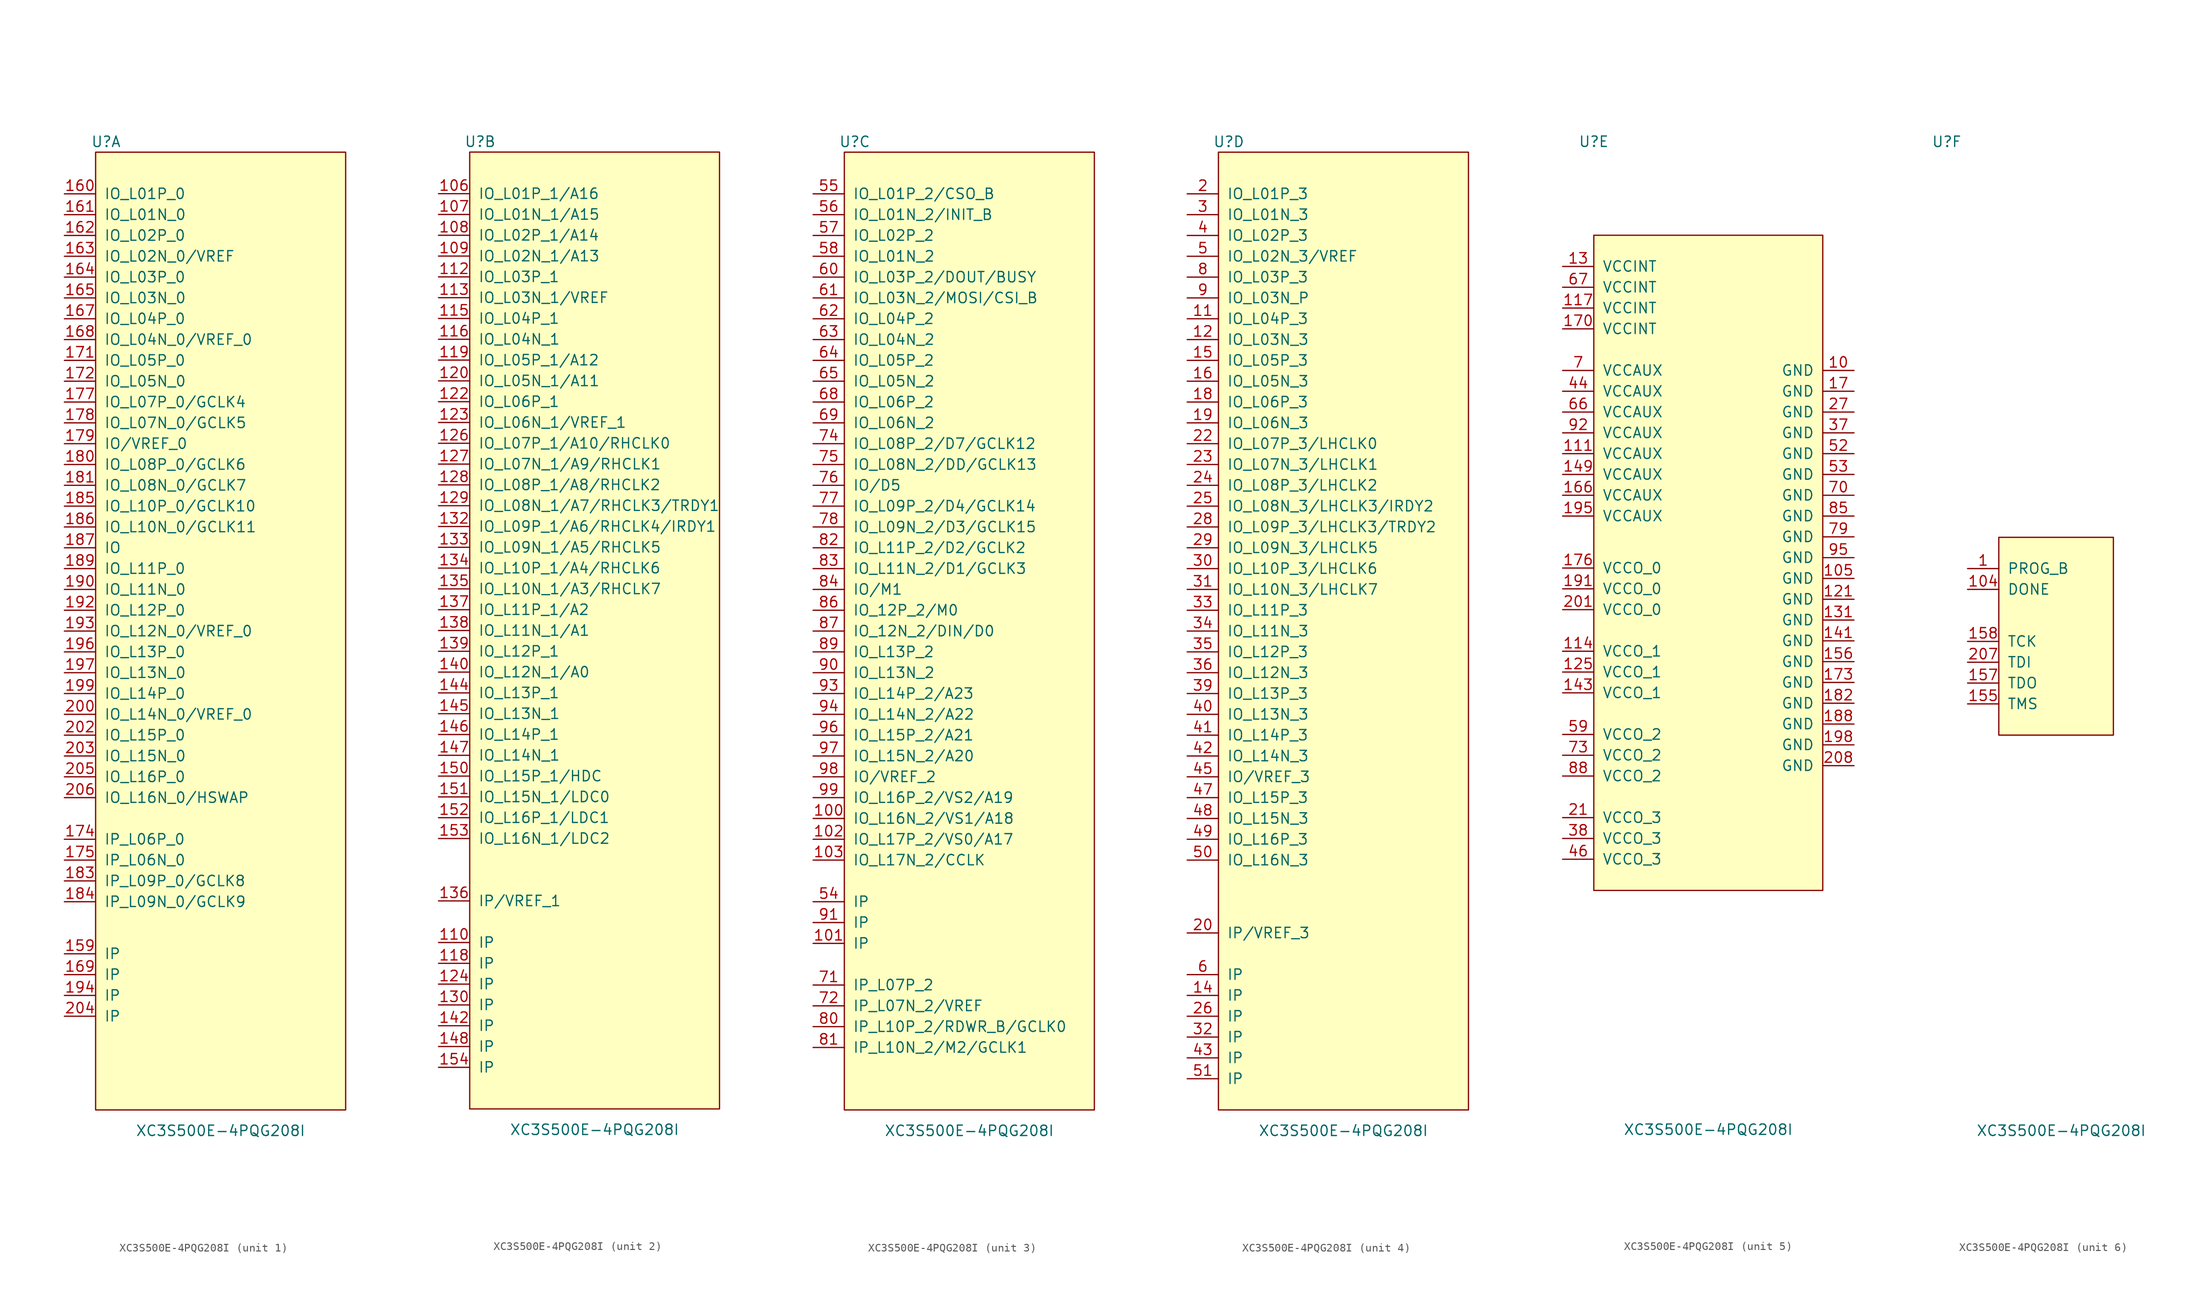
<source format=kicad_sym>
(kicad_symbol_lib
  (version 20220914)
  (generator kicad_symbol_editor)
  (symbol "XC3S500E-4PQG208I"
    (pin_names
      (offset 1.016))
    (property "Reference" "U"
      (at -13.97 60.96 0)
      (effects (font (size 1.27 1.27))))
    (property "Value" "XC3S500E-4PQG208I"
      (at 0 -59.69 0)
      (effects (font (size 1.27 1.27))))
    (property "ki_locked" ""
      (at 0 0 0)
      (effects (font (size 1.27 1.27))))
    (symbol "XC3S500E-4PQG208I_1_1"
      (rectangle (start -15.24 59.69) (end 15.24 -57.15) (stroke (width 0) (type default)) (fill (type background)))
      (pin input line (at -19.05 -38.1 0) (length 3.81) (name "IP" (effects (font (size 1.27 1.27)))) (number "159" (effects (font (size 1.27 1.27)))))
      (pin bidirectional line (at -19.05 54.61 0) (length 3.81) (name "IO_L01P_0" (effects (font (size 1.27 1.27)))) (number "160" (effects (font (size 1.27 1.27)))))
      (pin bidirectional line (at -19.05 52.07 0) (length 3.81) (name "IO_L01N_0" (effects (font (size 1.27 1.27)))) (number "161" (effects (font (size 1.27 1.27)))))
      (pin bidirectional line (at -19.05 49.53 0) (length 3.81) (name "IO_L02P_0" (effects (font (size 1.27 1.27)))) (number "162" (effects (font (size 1.27 1.27)))))
      (pin bidirectional line (at -19.05 46.99 0) (length 3.81) (name "IO_L02N_0/VREF" (effects (font (size 1.27 1.27)))) (number "163" (effects (font (size 1.27 1.27)))))
      (pin bidirectional line (at -19.05 44.45 0) (length 3.81) (name "IO_L03P_0" (effects (font (size 1.27 1.27)))) (number "164" (effects (font (size 1.27 1.27)))))
      (pin bidirectional line (at -19.05 41.91 0) (length 3.81) (name "IO_L03N_0" (effects (font (size 1.27 1.27)))) (number "165" (effects (font (size 1.27 1.27)))))
      (pin bidirectional line (at -19.05 39.37 0) (length 3.81) (name "IO_L04P_0" (effects (font (size 1.27 1.27)))) (number "167" (effects (font (size 1.27 1.27)))))
      (pin bidirectional line (at -19.05 36.83 0) (length 3.81) (name "IO_L04N_0/VREF_0" (effects (font (size 1.27 1.27)))) (number "168" (effects (font (size 1.27 1.27)))))
      (pin input line (at -19.05 -40.64 0) (length 3.81) (name "IP" (effects (font (size 1.27 1.27)))) (number "169" (effects (font (size 1.27 1.27)))))
      (pin bidirectional line (at -19.05 34.29 0) (length 3.81) (name "IO_L05P_0" (effects (font (size 1.27 1.27)))) (number "171" (effects (font (size 1.27 1.27)))))
      (pin bidirectional line (at -19.05 31.75 0) (length 3.81) (name "IO_L05N_0" (effects (font (size 1.27 1.27)))) (number "172" (effects (font (size 1.27 1.27)))))
      (pin input line (at -19.05 -24.13 0) (length 3.81) (name "IP_L06P_0" (effects (font (size 1.27 1.27)))) (number "174" (effects (font (size 1.27 1.27)))))
      (pin input line (at -19.05 -26.67 0) (length 3.81) (name "IP_L06N_0" (effects (font (size 1.27 1.27)))) (number "175" (effects (font (size 1.27 1.27)))))
      (pin bidirectional line (at -19.05 29.21 0) (length 3.81) (name "IO_L07P_0/GCLK4" (effects (font (size 1.27 1.27)))) (number "177" (effects (font (size 1.27 1.27)))))
      (pin bidirectional line (at -19.05 26.67 0) (length 3.81) (name "IO_L07N_0/GCLK5" (effects (font (size 1.27 1.27)))) (number "178" (effects (font (size 1.27 1.27)))))
      (pin bidirectional line (at -19.05 24.13 0) (length 3.81) (name "IO/VREF_0" (effects (font (size 1.27 1.27)))) (number "179" (effects (font (size 1.27 1.27)))))
      (pin bidirectional line (at -19.05 21.59 0) (length 3.81) (name "IO_L08P_0/GCLK6" (effects (font (size 1.27 1.27)))) (number "180" (effects (font (size 1.27 1.27)))))
      (pin bidirectional line (at -19.05 19.05 0) (length 3.81) (name "IO_L08N_0/GCLK7" (effects (font (size 1.27 1.27)))) (number "181" (effects (font (size 1.27 1.27)))))
      (pin input line (at -19.05 -29.21 0) (length 3.81) (name "IP_L09P_0/GCLK8" (effects (font (size 1.27 1.27)))) (number "183" (effects (font (size 1.27 1.27)))))
      (pin input line (at -19.05 -31.75 0) (length 3.81) (name "IP_L09N_0/GCLK9" (effects (font (size 1.27 1.27)))) (number "184" (effects (font (size 1.27 1.27)))))
      (pin bidirectional line (at -19.05 16.51 0) (length 3.81) (name "IO_L10P_0/GCLK10" (effects (font (size 1.27 1.27)))) (number "185" (effects (font (size 1.27 1.27)))))
      (pin bidirectional line (at -19.05 13.97 0) (length 3.81) (name "IO_L10N_0/GCLK11" (effects (font (size 1.27 1.27)))) (number "186" (effects (font (size 1.27 1.27)))))
      (pin bidirectional line (at -19.05 11.43 0) (length 3.81) (name "IO" (effects (font (size 1.27 1.27)))) (number "187" (effects (font (size 1.27 1.27)))))
      (pin bidirectional line (at -19.05 8.89 0) (length 3.81) (name "IO_L11P_0" (effects (font (size 1.27 1.27)))) (number "189" (effects (font (size 1.27 1.27)))))
      (pin bidirectional line (at -19.05 6.35 0) (length 3.81) (name "IO_L11N_0" (effects (font (size 1.27 1.27)))) (number "190" (effects (font (size 1.27 1.27)))))
      (pin bidirectional line (at -19.05 3.81 0) (length 3.81) (name "IO_L12P_0" (effects (font (size 1.27 1.27)))) (number "192" (effects (font (size 1.27 1.27)))))
      (pin bidirectional line (at -19.05 1.27 0) (length 3.81) (name "IO_L12N_0/VREF_0" (effects (font (size 1.27 1.27)))) (number "193" (effects (font (size 1.27 1.27)))))
      (pin input line (at -19.05 -43.18 0) (length 3.81) (name "IP" (effects (font (size 1.27 1.27)))) (number "194" (effects (font (size 1.27 1.27)))))
      (pin bidirectional line (at -19.05 -1.27 0) (length 3.81) (name "IO_L13P_0" (effects (font (size 1.27 1.27)))) (number "196" (effects (font (size 1.27 1.27)))))
      (pin bidirectional line (at -19.05 -3.81 0) (length 3.81) (name "IO_L13N_0" (effects (font (size 1.27 1.27)))) (number "197" (effects (font (size 1.27 1.27)))))
      (pin bidirectional line (at -19.05 -6.35 0) (length 3.81) (name "IO_L14P_0" (effects (font (size 1.27 1.27)))) (number "199" (effects (font (size 1.27 1.27)))))
      (pin bidirectional line (at -19.05 -8.89 0) (length 3.81) (name "IO_L14N_0/VREF_0" (effects (font (size 1.27 1.27)))) (number "200" (effects (font (size 1.27 1.27)))))
      (pin bidirectional line (at -19.05 -11.43 0) (length 3.81) (name "IO_L15P_0" (effects (font (size 1.27 1.27)))) (number "202" (effects (font (size 1.27 1.27)))))
      (pin bidirectional line (at -19.05 -13.97 0) (length 3.81) (name "IO_L15N_0" (effects (font (size 1.27 1.27)))) (number "203" (effects (font (size 1.27 1.27)))))
      (pin input line (at -19.05 -45.72 0) (length 3.81) (name "IP" (effects (font (size 1.27 1.27)))) (number "204" (effects (font (size 1.27 1.27)))))
      (pin bidirectional line (at -19.05 -16.51 0) (length 3.81) (name "IO_L16P_0" (effects (font (size 1.27 1.27)))) (number "205" (effects (font (size 1.27 1.27)))))
      (pin bidirectional line (at -19.05 -19.05 0) (length 3.81) (name "IO_L16N_0/HSWAP" (effects (font (size 1.27 1.27)))) (number "206" (effects (font (size 1.27 1.27))))))
    (symbol "XC3S500E-4PQG208I_2_1"
      (rectangle (start -15.24 59.69) (end 15.24 -57.15) (stroke (width 0) (type default)) (fill (type background)))
      (pin bidirectional line (at -19.05 54.61 0) (length 3.81) (name "IO_L01P_1/A16" (effects (font (size 1.27 1.27)))) (number "106" (effects (font (size 1.27 1.27)))))
      (pin bidirectional line (at -19.05 52.07 0) (length 3.81) (name "IO_L01N_1/A15" (effects (font (size 1.27 1.27)))) (number "107" (effects (font (size 1.27 1.27)))))
      (pin bidirectional line (at -19.05 49.53 0) (length 3.81) (name "IO_L02P_1/A14" (effects (font (size 1.27 1.27)))) (number "108" (effects (font (size 1.27 1.27)))))
      (pin bidirectional line (at -19.05 46.99 0) (length 3.81) (name "IO_L02N_1/A13" (effects (font (size 1.27 1.27)))) (number "109" (effects (font (size 1.27 1.27)))))
      (pin input line (at -19.05 -36.83 0) (length 3.81) (name "IP" (effects (font (size 1.27 1.27)))) (number "110" (effects (font (size 1.27 1.27)))))
      (pin bidirectional line (at -19.05 44.45 0) (length 3.81) (name "IO_L03P_1" (effects (font (size 1.27 1.27)))) (number "112" (effects (font (size 1.27 1.27)))))
      (pin bidirectional line (at -19.05 41.91 0) (length 3.81) (name "IO_L03N_1/VREF" (effects (font (size 1.27 1.27)))) (number "113" (effects (font (size 1.27 1.27)))))
      (pin bidirectional line (at -19.05 39.37 0) (length 3.81) (name "IO_L04P_1" (effects (font (size 1.27 1.27)))) (number "115" (effects (font (size 1.27 1.27)))))
      (pin bidirectional line (at -19.05 36.83 0) (length 3.81) (name "IO_L04N_1" (effects (font (size 1.27 1.27)))) (number "116" (effects (font (size 1.27 1.27)))))
      (pin input line (at -19.05 -39.37 0) (length 3.81) (name "IP" (effects (font (size 1.27 1.27)))) (number "118" (effects (font (size 1.27 1.27)))))
      (pin bidirectional line (at -19.05 34.29 0) (length 3.81) (name "IO_L05P_1/A12" (effects (font (size 1.27 1.27)))) (number "119" (effects (font (size 1.27 1.27)))))
      (pin bidirectional line (at -19.05 31.75 0) (length 3.81) (name "IO_L05N_1/A11" (effects (font (size 1.27 1.27)))) (number "120" (effects (font (size 1.27 1.27)))))
      (pin bidirectional line (at -19.05 29.21 0) (length 3.81) (name "IO_L06P_1" (effects (font (size 1.27 1.27)))) (number "122" (effects (font (size 1.27 1.27)))))
      (pin bidirectional line (at -19.05 26.67 0) (length 3.81) (name "IO_L06N_1/VREF_1" (effects (font (size 1.27 1.27)))) (number "123" (effects (font (size 1.27 1.27)))))
      (pin input line (at -19.05 -41.91 0) (length 3.81) (name "IP" (effects (font (size 1.27 1.27)))) (number "124" (effects (font (size 1.27 1.27)))))
      (pin bidirectional line (at -19.05 24.13 0) (length 3.81) (name "IO_L07P_1/A10/RHCLK0" (effects (font (size 1.27 1.27)))) (number "126" (effects (font (size 1.27 1.27)))))
      (pin bidirectional line (at -19.05 21.59 0) (length 3.81) (name "IO_L07N_1/A9/RHCLK1" (effects (font (size 1.27 1.27)))) (number "127" (effects (font (size 1.27 1.27)))))
      (pin bidirectional line (at -19.05 19.05 0) (length 3.81) (name "IO_L08P_1/A8/RHCLK2" (effects (font (size 1.27 1.27)))) (number "128" (effects (font (size 1.27 1.27)))))
      (pin bidirectional line (at -19.05 16.51 0) (length 3.81) (name "IO_L08N_1/A7/RHCLK3/TRDY1" (effects (font (size 1.27 1.27)))) (number "129" (effects (font (size 1.27 1.27)))))
      (pin input line (at -19.05 -44.45 0) (length 3.81) (name "IP" (effects (font (size 1.27 1.27)))) (number "130" (effects (font (size 1.27 1.27)))))
      (pin bidirectional line (at -19.05 13.97 0) (length 3.81) (name "IO_L09P_1/A6/RHCLK4/IRDY1" (effects (font (size 1.27 1.27)))) (number "132" (effects (font (size 1.27 1.27)))))
      (pin bidirectional line (at -19.05 11.43 0) (length 3.81) (name "IO_L09N_1/A5/RHCLK5" (effects (font (size 1.27 1.27)))) (number "133" (effects (font (size 1.27 1.27)))))
      (pin bidirectional line (at -19.05 8.89 0) (length 3.81) (name "IO_L10P_1/A4/RHCLK6" (effects (font (size 1.27 1.27)))) (number "134" (effects (font (size 1.27 1.27)))))
      (pin bidirectional line (at -19.05 6.35 0) (length 3.81) (name "IO_L10N_1/A3/RHCLK7" (effects (font (size 1.27 1.27)))) (number "135" (effects (font (size 1.27 1.27)))))
      (pin input line (at -19.05 -31.75 0) (length 3.81) (name "IP/VREF_1" (effects (font (size 1.27 1.27)))) (number "136" (effects (font (size 1.27 1.27)))))
      (pin bidirectional line (at -19.05 3.81 0) (length 3.81) (name "IO_L11P_1/A2" (effects (font (size 1.27 1.27)))) (number "137" (effects (font (size 1.27 1.27)))))
      (pin bidirectional line (at -19.05 1.27 0) (length 3.81) (name "IO_L11N_1/A1" (effects (font (size 1.27 1.27)))) (number "138" (effects (font (size 1.27 1.27)))))
      (pin bidirectional line (at -19.05 -1.27 0) (length 3.81) (name "IO_L12P_1" (effects (font (size 1.27 1.27)))) (number "139" (effects (font (size 1.27 1.27)))))
      (pin bidirectional line (at -19.05 -3.81 0) (length 3.81) (name "IO_L12N_1/A0" (effects (font (size 1.27 1.27)))) (number "140" (effects (font (size 1.27 1.27)))))
      (pin input line (at -19.05 -46.99 0) (length 3.81) (name "IP" (effects (font (size 1.27 1.27)))) (number "142" (effects (font (size 1.27 1.27)))))
      (pin bidirectional line (at -19.05 -6.35 0) (length 3.81) (name "IO_L13P_1" (effects (font (size 1.27 1.27)))) (number "144" (effects (font (size 1.27 1.27)))))
      (pin bidirectional line (at -19.05 -8.89 0) (length 3.81) (name "IO_L13N_1" (effects (font (size 1.27 1.27)))) (number "145" (effects (font (size 1.27 1.27)))))
      (pin bidirectional line (at -19.05 -11.43 0) (length 3.81) (name "IO_L14P_1" (effects (font (size 1.27 1.27)))) (number "146" (effects (font (size 1.27 1.27)))))
      (pin bidirectional line (at -19.05 -13.97 0) (length 3.81) (name "IO_L14N_1" (effects (font (size 1.27 1.27)))) (number "147" (effects (font (size 1.27 1.27)))))
      (pin input line (at -19.05 -49.53 0) (length 3.81) (name "IP" (effects (font (size 1.27 1.27)))) (number "148" (effects (font (size 1.27 1.27)))))
      (pin bidirectional line (at -19.05 -16.51 0) (length 3.81) (name "IO_L15P_1/HDC" (effects (font (size 1.27 1.27)))) (number "150" (effects (font (size 1.27 1.27)))))
      (pin bidirectional line (at -19.05 -19.05 0) (length 3.81) (name "IO_L15N_1/LDC0" (effects (font (size 1.27 1.27)))) (number "151" (effects (font (size 1.27 1.27)))))
      (pin bidirectional line (at -19.05 -21.59 0) (length 3.81) (name "IO_L16P_1/LDC1" (effects (font (size 1.27 1.27)))) (number "152" (effects (font (size 1.27 1.27)))))
      (pin bidirectional line (at -19.05 -24.13 0) (length 3.81) (name "IO_L16N_1/LDC2" (effects (font (size 1.27 1.27)))) (number "153" (effects (font (size 1.27 1.27)))))
      (pin input line (at -19.05 -52.07 0) (length 3.81) (name "IP" (effects (font (size 1.27 1.27)))) (number "154" (effects (font (size 1.27 1.27))))))
    (symbol "XC3S500E-4PQG208I_3_1"
      (rectangle (start -15.24 59.69) (end 15.24 -57.15) (stroke (width 0) (type default)) (fill (type background)))
      (pin bidirectional line (at -19.05 -21.59 0) (length 3.81) (name "IO_L16N_2/VS1/A18" (effects (font (size 1.27 1.27)))) (number "100" (effects (font (size 1.27 1.27)))))
      (pin input line (at -19.05 -36.83 0) (length 3.81) (name "IP" (effects (font (size 1.27 1.27)))) (number "101" (effects (font (size 1.27 1.27)))))
      (pin bidirectional line (at -19.05 -24.13 0) (length 3.81) (name "IO_L17P_2/VS0/A17" (effects (font (size 1.27 1.27)))) (number "102" (effects (font (size 1.27 1.27)))))
      (pin bidirectional line (at -19.05 -26.67 0) (length 3.81) (name "IO_L17N_2/CCLK" (effects (font (size 1.27 1.27)))) (number "103" (effects (font (size 1.27 1.27)))))
      (pin input line (at -19.05 -31.75 0) (length 3.81) (name "IP" (effects (font (size 1.27 1.27)))) (number "54" (effects (font (size 1.27 1.27)))))
      (pin bidirectional line (at -19.05 54.61 0) (length 3.81) (name "IO_L01P_2/CSO_B" (effects (font (size 1.27 1.27)))) (number "55" (effects (font (size 1.27 1.27)))))
      (pin bidirectional line (at -19.05 52.07 0) (length 3.81) (name "IO_L01N_2/INIT_B" (effects (font (size 1.27 1.27)))) (number "56" (effects (font (size 1.27 1.27)))))
      (pin bidirectional line (at -19.05 49.53 0) (length 3.81) (name "IO_L02P_2" (effects (font (size 1.27 1.27)))) (number "57" (effects (font (size 1.27 1.27)))))
      (pin bidirectional line (at -19.05 46.99 0) (length 3.81) (name "IO_L01N_2" (effects (font (size 1.27 1.27)))) (number "58" (effects (font (size 1.27 1.27)))))
      (pin bidirectional line (at -19.05 44.45 0) (length 3.81) (name "IO_L03P_2/DOUT/BUSY" (effects (font (size 1.27 1.27)))) (number "60" (effects (font (size 1.27 1.27)))))
      (pin bidirectional line (at -19.05 41.91 0) (length 3.81) (name "IO_L03N_2/MOSI/CSI_B" (effects (font (size 1.27 1.27)))) (number "61" (effects (font (size 1.27 1.27)))))
      (pin bidirectional line (at -19.05 39.37 0) (length 3.81) (name "IO_L04P_2" (effects (font (size 1.27 1.27)))) (number "62" (effects (font (size 1.27 1.27)))))
      (pin bidirectional line (at -19.05 36.83 0) (length 3.81) (name "IO_L04N_2" (effects (font (size 1.27 1.27)))) (number "63" (effects (font (size 1.27 1.27)))))
      (pin bidirectional line (at -19.05 34.29 0) (length 3.81) (name "IO_L05P_2" (effects (font (size 1.27 1.27)))) (number "64" (effects (font (size 1.27 1.27)))))
      (pin bidirectional line (at -19.05 31.75 0) (length 3.81) (name "IO_L05N_2" (effects (font (size 1.27 1.27)))) (number "65" (effects (font (size 1.27 1.27)))))
      (pin bidirectional line (at -19.05 29.21 0) (length 3.81) (name "IO_L06P_2" (effects (font (size 1.27 1.27)))) (number "68" (effects (font (size 1.27 1.27)))))
      (pin bidirectional line (at -19.05 26.67 0) (length 3.81) (name "IO_L06N_2" (effects (font (size 1.27 1.27)))) (number "69" (effects (font (size 1.27 1.27)))))
      (pin input line (at -19.05 -41.91 0) (length 3.81) (name "IP_L07P_2" (effects (font (size 1.27 1.27)))) (number "71" (effects (font (size 1.27 1.27)))))
      (pin input line (at -19.05 -44.45 0) (length 3.81) (name "IP_L07N_2/VREF" (effects (font (size 1.27 1.27)))) (number "72" (effects (font (size 1.27 1.27)))))
      (pin bidirectional line (at -19.05 24.13 0) (length 3.81) (name "IO_L08P_2/D7/GCLK12" (effects (font (size 1.27 1.27)))) (number "74" (effects (font (size 1.27 1.27)))))
      (pin bidirectional line (at -19.05 21.59 0) (length 3.81) (name "IO_L08N_2/DD/GCLK13" (effects (font (size 1.27 1.27)))) (number "75" (effects (font (size 1.27 1.27)))))
      (pin bidirectional line (at -19.05 19.05 0) (length 3.81) (name "IO/D5" (effects (font (size 1.27 1.27)))) (number "76" (effects (font (size 1.27 1.27)))))
      (pin bidirectional line (at -19.05 16.51 0) (length 3.81) (name "IO_L09P_2/D4/GCLK14" (effects (font (size 1.27 1.27)))) (number "77" (effects (font (size 1.27 1.27)))))
      (pin bidirectional line (at -19.05 13.97 0) (length 3.81) (name "IO_L09N_2/D3/GCLK15" (effects (font (size 1.27 1.27)))) (number "78" (effects (font (size 1.27 1.27)))))
      (pin bidirectional line (at -19.05 -46.99 0) (length 3.81) (name "IP_L10P_2/RDWR_B/GCLK0" (effects (font (size 1.27 1.27)))) (number "80" (effects (font (size 1.27 1.27)))))
      (pin bidirectional line (at -19.05 -49.53 0) (length 3.81) (name "IP_L10N_2/M2/GCLK1" (effects (font (size 1.27 1.27)))) (number "81" (effects (font (size 1.27 1.27)))))
      (pin bidirectional line (at -19.05 11.43 0) (length 3.81) (name "IO_L11P_2/D2/GCLK2" (effects (font (size 1.27 1.27)))) (number "82" (effects (font (size 1.27 1.27)))))
      (pin bidirectional line (at -19.05 8.89 0) (length 3.81) (name "IO_L11N_2/D1/GCLK3" (effects (font (size 1.27 1.27)))) (number "83" (effects (font (size 1.27 1.27)))))
      (pin bidirectional line (at -19.05 6.35 0) (length 3.81) (name "IO/M1" (effects (font (size 1.27 1.27)))) (number "84" (effects (font (size 1.27 1.27)))))
      (pin bidirectional line (at -19.05 3.81 0) (length 3.81) (name "IO_12P_2/M0" (effects (font (size 1.27 1.27)))) (number "86" (effects (font (size 1.27 1.27)))))
      (pin bidirectional line (at -19.05 1.27 0) (length 3.81) (name "IO_12N_2/DIN/D0" (effects (font (size 1.27 1.27)))) (number "87" (effects (font (size 1.27 1.27)))))
      (pin bidirectional line (at -19.05 -1.27 0) (length 3.81) (name "IO_L13P_2" (effects (font (size 1.27 1.27)))) (number "89" (effects (font (size 1.27 1.27)))))
      (pin bidirectional line (at -19.05 -3.81 0) (length 3.81) (name "IO_L13N_2" (effects (font (size 1.27 1.27)))) (number "90" (effects (font (size 1.27 1.27)))))
      (pin input line (at -19.05 -34.29 0) (length 3.81) (name "IP" (effects (font (size 1.27 1.27)))) (number "91" (effects (font (size 1.27 1.27)))))
      (pin bidirectional line (at -19.05 -6.35 0) (length 3.81) (name "IO_L14P_2/A23" (effects (font (size 1.27 1.27)))) (number "93" (effects (font (size 1.27 1.27)))))
      (pin bidirectional line (at -19.05 -8.89 0) (length 3.81) (name "IO_L14N_2/A22" (effects (font (size 1.27 1.27)))) (number "94" (effects (font (size 1.27 1.27)))))
      (pin bidirectional line (at -19.05 -11.43 0) (length 3.81) (name "IO_L15P_2/A21" (effects (font (size 1.27 1.27)))) (number "96" (effects (font (size 1.27 1.27)))))
      (pin bidirectional line (at -19.05 -13.97 0) (length 3.81) (name "IO_L15N_2/A20" (effects (font (size 1.27 1.27)))) (number "97" (effects (font (size 1.27 1.27)))))
      (pin bidirectional line (at -19.05 -16.51 0) (length 3.81) (name "IO/VREF_2" (effects (font (size 1.27 1.27)))) (number "98" (effects (font (size 1.27 1.27)))))
      (pin bidirectional line (at -19.05 -19.05 0) (length 3.81) (name "IO_L16P_2/VS2/A19" (effects (font (size 1.27 1.27)))) (number "99" (effects (font (size 1.27 1.27))))))
    (symbol "XC3S500E-4PQG208I_4_1"
      (rectangle (start -15.24 59.69) (end 15.24 -57.15) (stroke (width 0) (type default)) (fill (type background)))
      (pin bidirectional line (at -19.05 39.37 0) (length 3.81) (name "IO_L04P_3" (effects (font (size 1.27 1.27)))) (number "11" (effects (font (size 1.27 1.27)))))
      (pin bidirectional line (at -19.05 36.83 0) (length 3.81) (name "IO_L03N_3" (effects (font (size 1.27 1.27)))) (number "12" (effects (font (size 1.27 1.27)))))
      (pin input line (at -19.05 -43.18 0) (length 3.81) (name "IP" (effects (font (size 1.27 1.27)))) (number "14" (effects (font (size 1.27 1.27)))))
      (pin bidirectional line (at -19.05 34.29 0) (length 3.81) (name "IO_L05P_3" (effects (font (size 1.27 1.27)))) (number "15" (effects (font (size 1.27 1.27)))))
      (pin bidirectional line (at -19.05 31.75 0) (length 3.81) (name "IO_L05N_3" (effects (font (size 1.27 1.27)))) (number "16" (effects (font (size 1.27 1.27)))))
      (pin bidirectional line (at -19.05 29.21 0) (length 3.81) (name "IO_L06P_3" (effects (font (size 1.27 1.27)))) (number "18" (effects (font (size 1.27 1.27)))))
      (pin bidirectional line (at -19.05 26.67 0) (length 3.81) (name "IO_L06N_3" (effects (font (size 1.27 1.27)))) (number "19" (effects (font (size 1.27 1.27)))))
      (pin bidirectional line (at -19.05 54.61 0) (length 3.81) (name "IO_L01P_3" (effects (font (size 1.27 1.27)))) (number "2" (effects (font (size 1.27 1.27)))))
      (pin input line (at -19.05 -35.56 0) (length 3.81) (name "IP/VREF_3" (effects (font (size 1.27 1.27)))) (number "20" (effects (font (size 1.27 1.27)))))
      (pin bidirectional line (at -19.05 24.13 0) (length 3.81) (name "IO_L07P_3/LHCLK0" (effects (font (size 1.27 1.27)))) (number "22" (effects (font (size 1.27 1.27)))))
      (pin bidirectional line (at -19.05 21.59 0) (length 3.81) (name "IO_L07N_3/LHCLK1" (effects (font (size 1.27 1.27)))) (number "23" (effects (font (size 1.27 1.27)))))
      (pin bidirectional line (at -19.05 19.05 0) (length 3.81) (name "IO_L08P_3/LHCLK2" (effects (font (size 1.27 1.27)))) (number "24" (effects (font (size 1.27 1.27)))))
      (pin bidirectional line (at -19.05 16.51 0) (length 3.81) (name "IO_L08N_3/LHCLK3/IRDY2" (effects (font (size 1.27 1.27)))) (number "25" (effects (font (size 1.27 1.27)))))
      (pin input line (at -19.05 -45.72 0) (length 3.81) (name "IP" (effects (font (size 1.27 1.27)))) (number "26" (effects (font (size 1.27 1.27)))))
      (pin bidirectional line (at -19.05 13.97 0) (length 3.81) (name "IO_L09P_3/LHCLK3/TRDY2" (effects (font (size 1.27 1.27)))) (number "28" (effects (font (size 1.27 1.27)))))
      (pin bidirectional line (at -19.05 11.43 0) (length 3.81) (name "IO_L09N_3/LHCLK5" (effects (font (size 1.27 1.27)))) (number "29" (effects (font (size 1.27 1.27)))))
      (pin bidirectional line (at -19.05 52.07 0) (length 3.81) (name "IO_L01N_3" (effects (font (size 1.27 1.27)))) (number "3" (effects (font (size 1.27 1.27)))))
      (pin bidirectional line (at -19.05 8.89 0) (length 3.81) (name "IO_L10P_3/LHCLK6" (effects (font (size 1.27 1.27)))) (number "30" (effects (font (size 1.27 1.27)))))
      (pin bidirectional line (at -19.05 6.35 0) (length 3.81) (name "IO_L10N_3/LHCLK7" (effects (font (size 1.27 1.27)))) (number "31" (effects (font (size 1.27 1.27)))))
      (pin input line (at -19.05 -48.26 0) (length 3.81) (name "IP" (effects (font (size 1.27 1.27)))) (number "32" (effects (font (size 1.27 1.27)))))
      (pin bidirectional line (at -19.05 3.81 0) (length 3.81) (name "IO_L11P_3" (effects (font (size 1.27 1.27)))) (number "33" (effects (font (size 1.27 1.27)))))
      (pin bidirectional line (at -19.05 1.27 0) (length 3.81) (name "IO_L11N_3" (effects (font (size 1.27 1.27)))) (number "34" (effects (font (size 1.27 1.27)))))
      (pin bidirectional line (at -19.05 -1.27 0) (length 3.81) (name "IO_L12P_3" (effects (font (size 1.27 1.27)))) (number "35" (effects (font (size 1.27 1.27)))))
      (pin bidirectional line (at -19.05 -3.81 0) (length 3.81) (name "IO_L12N_3" (effects (font (size 1.27 1.27)))) (number "36" (effects (font (size 1.27 1.27)))))
      (pin bidirectional line (at -19.05 -6.35 0) (length 3.81) (name "IO_L13P_3" (effects (font (size 1.27 1.27)))) (number "39" (effects (font (size 1.27 1.27)))))
      (pin bidirectional line (at -19.05 49.53 0) (length 3.81) (name "IO_L02P_3" (effects (font (size 1.27 1.27)))) (number "4" (effects (font (size 1.27 1.27)))))
      (pin bidirectional line (at -19.05 -8.89 0) (length 3.81) (name "IO_L13N_3" (effects (font (size 1.27 1.27)))) (number "40" (effects (font (size 1.27 1.27)))))
      (pin bidirectional line (at -19.05 -11.43 0) (length 3.81) (name "IO_L14P_3" (effects (font (size 1.27 1.27)))) (number "41" (effects (font (size 1.27 1.27)))))
      (pin bidirectional line (at -19.05 -13.97 0) (length 3.81) (name "IO_L14N_3" (effects (font (size 1.27 1.27)))) (number "42" (effects (font (size 1.27 1.27)))))
      (pin input line (at -19.05 -50.8 0) (length 3.81) (name "IP" (effects (font (size 1.27 1.27)))) (number "43" (effects (font (size 1.27 1.27)))))
      (pin bidirectional line (at -19.05 -16.51 0) (length 3.81) (name "IO/VREF_3" (effects (font (size 1.27 1.27)))) (number "45" (effects (font (size 1.27 1.27)))))
      (pin bidirectional line (at -19.05 -19.05 0) (length 3.81) (name "IO_L15P_3" (effects (font (size 1.27 1.27)))) (number "47" (effects (font (size 1.27 1.27)))))
      (pin bidirectional line (at -19.05 -21.59 0) (length 3.81) (name "IO_L15N_3" (effects (font (size 1.27 1.27)))) (number "48" (effects (font (size 1.27 1.27)))))
      (pin bidirectional line (at -19.05 -24.13 0) (length 3.81) (name "IO_L16P_3" (effects (font (size 1.27 1.27)))) (number "49" (effects (font (size 1.27 1.27)))))
      (pin bidirectional line (at -19.05 46.99 0) (length 3.81) (name "IO_L02N_3/VREF" (effects (font (size 1.27 1.27)))) (number "5" (effects (font (size 1.27 1.27)))))
      (pin bidirectional line (at -19.05 -26.67 0) (length 3.81) (name "IO_L16N_3" (effects (font (size 1.27 1.27)))) (number "50" (effects (font (size 1.27 1.27)))))
      (pin input line (at -19.05 -53.34 0) (length 3.81) (name "IP" (effects (font (size 1.27 1.27)))) (number "51" (effects (font (size 1.27 1.27)))))
      (pin input line (at -19.05 -40.64 0) (length 3.81) (name "IP" (effects (font (size 1.27 1.27)))) (number "6" (effects (font (size 1.27 1.27)))))
      (pin bidirectional line (at -19.05 44.45 0) (length 3.81) (name "IO_L03P_3" (effects (font (size 1.27 1.27)))) (number "8" (effects (font (size 1.27 1.27)))))
      (pin bidirectional line (at -19.05 41.91 0) (length 3.81) (name "IO_L03N_P" (effects (font (size 1.27 1.27)))) (number "9" (effects (font (size 1.27 1.27))))))
    (symbol "XC3S500E-4PQG208I_5_1"
      (rectangle (start -13.97 49.53) (end 13.97 -30.48) (stroke (width 0) (type default)) (fill (type background)))
      (pin power_in line (at 17.78 33.02 180) (length 3.81) (name "GND" (effects (font (size 1.27 1.27)))) (number "10" (effects (font (size 1.27 1.27)))))
      (pin power_in line (at 17.78 7.62 180) (length 3.81) (name "GND" (effects (font (size 1.27 1.27)))) (number "105" (effects (font (size 1.27 1.27)))))
      (pin power_in line (at -17.78 22.86 0) (length 3.81) (name "VCCAUX" (effects (font (size 1.27 1.27)))) (number "111" (effects (font (size 1.27 1.27)))))
      (pin power_in line (at -17.78 -1.27 0) (length 3.81) (name "VCCO_1" (effects (font (size 1.27 1.27)))) (number "114" (effects (font (size 1.27 1.27)))))
      (pin power_in line (at -17.78 40.64 0) (length 3.81) (name "VCCINT" (effects (font (size 1.27 1.27)))) (number "117" (effects (font (size 1.27 1.27)))))
      (pin power_in line (at 17.78 5.08 180) (length 3.81) (name "GND" (effects (font (size 1.27 1.27)))) (number "121" (effects (font (size 1.27 1.27)))))
      (pin power_in line (at -17.78 -3.81 0) (length 3.81) (name "VCCO_1" (effects (font (size 1.27 1.27)))) (number "125" (effects (font (size 1.27 1.27)))))
      (pin power_in line (at -17.78 45.72 0) (length 3.81) (name "VCCINT" (effects (font (size 1.27 1.27)))) (number "13" (effects (font (size 1.27 1.27)))))
      (pin power_in line (at 17.78 2.54 180) (length 3.81) (name "GND" (effects (font (size 1.27 1.27)))) (number "131" (effects (font (size 1.27 1.27)))))
      (pin power_in line (at 17.78 0 180) (length 3.81) (name "GND" (effects (font (size 1.27 1.27)))) (number "141" (effects (font (size 1.27 1.27)))))
      (pin power_in line (at -17.78 -6.35 0) (length 3.81) (name "VCCO_1" (effects (font (size 1.27 1.27)))) (number "143" (effects (font (size 1.27 1.27)))))
      (pin power_in line (at -17.78 20.32 0) (length 3.81) (name "VCCAUX" (effects (font (size 1.27 1.27)))) (number "149" (effects (font (size 1.27 1.27)))))
      (pin power_in line (at 17.78 -2.54 180) (length 3.81) (name "GND" (effects (font (size 1.27 1.27)))) (number "156" (effects (font (size 1.27 1.27)))))
      (pin power_in line (at -17.78 17.78 0) (length 3.81) (name "VCCAUX" (effects (font (size 1.27 1.27)))) (number "166" (effects (font (size 1.27 1.27)))))
      (pin power_in line (at 17.78 30.48 180) (length 3.81) (name "GND" (effects (font (size 1.27 1.27)))) (number "17" (effects (font (size 1.27 1.27)))))
      (pin power_in line (at -17.78 38.1 0) (length 3.81) (name "VCCINT" (effects (font (size 1.27 1.27)))) (number "170" (effects (font (size 1.27 1.27)))))
      (pin power_in line (at 17.78 -5.08 180) (length 3.81) (name "GND" (effects (font (size 1.27 1.27)))) (number "173" (effects (font (size 1.27 1.27)))))
      (pin power_in line (at -17.78 8.89 0) (length 3.81) (name "VCCO_0" (effects (font (size 1.27 1.27)))) (number "176" (effects (font (size 1.27 1.27)))))
      (pin power_in line (at 17.78 -7.62 180) (length 3.81) (name "GND" (effects (font (size 1.27 1.27)))) (number "182" (effects (font (size 1.27 1.27)))))
      (pin power_in line (at 17.78 -10.16 180) (length 3.81) (name "GND" (effects (font (size 1.27 1.27)))) (number "188" (effects (font (size 1.27 1.27)))))
      (pin power_in line (at -17.78 6.35 0) (length 3.81) (name "VCCO_0" (effects (font (size 1.27 1.27)))) (number "191" (effects (font (size 1.27 1.27)))))
      (pin power_in line (at -17.78 15.24 0) (length 3.81) (name "VCCAUX" (effects (font (size 1.27 1.27)))) (number "195" (effects (font (size 1.27 1.27)))))
      (pin power_in line (at 17.78 -12.7 180) (length 3.81) (name "GND" (effects (font (size 1.27 1.27)))) (number "198" (effects (font (size 1.27 1.27)))))
      (pin power_in line (at -17.78 3.81 0) (length 3.81) (name "VCCO_0" (effects (font (size 1.27 1.27)))) (number "201" (effects (font (size 1.27 1.27)))))
      (pin power_in line (at 17.78 -15.24 180) (length 3.81) (name "GND" (effects (font (size 1.27 1.27)))) (number "208" (effects (font (size 1.27 1.27)))))
      (pin power_in line (at -17.78 -21.59 0) (length 3.81) (name "VCCO_3" (effects (font (size 1.27 1.27)))) (number "21" (effects (font (size 1.27 1.27)))))
      (pin power_in line (at 17.78 27.94 180) (length 3.81) (name "GND" (effects (font (size 1.27 1.27)))) (number "27" (effects (font (size 1.27 1.27)))))
      (pin power_in line (at 17.78 25.4 180) (length 3.81) (name "GND" (effects (font (size 1.27 1.27)))) (number "37" (effects (font (size 1.27 1.27)))))
      (pin power_in line (at -17.78 -24.13 0) (length 3.81) (name "VCCO_3" (effects (font (size 1.27 1.27)))) (number "38" (effects (font (size 1.27 1.27)))))
      (pin power_in line (at -17.78 30.48 0) (length 3.81) (name "VCCAUX" (effects (font (size 1.27 1.27)))) (number "44" (effects (font (size 1.27 1.27)))))
      (pin power_in line (at -17.78 -26.67 0) (length 3.81) (name "VCCO_3" (effects (font (size 1.27 1.27)))) (number "46" (effects (font (size 1.27 1.27)))))
      (pin power_in line (at 17.78 22.86 180) (length 3.81) (name "GND" (effects (font (size 1.27 1.27)))) (number "52" (effects (font (size 1.27 1.27)))))
      (pin power_in line (at 17.78 20.32 180) (length 3.81) (name "GND" (effects (font (size 1.27 1.27)))) (number "53" (effects (font (size 1.27 1.27)))))
      (pin power_in line (at -17.78 -11.43 0) (length 3.81) (name "VCCO_2" (effects (font (size 1.27 1.27)))) (number "59" (effects (font (size 1.27 1.27)))))
      (pin power_in line (at -17.78 27.94 0) (length 3.81) (name "VCCAUX" (effects (font (size 1.27 1.27)))) (number "66" (effects (font (size 1.27 1.27)))))
      (pin power_in line (at -17.78 43.18 0) (length 3.81) (name "VCCINT" (effects (font (size 1.27 1.27)))) (number "67" (effects (font (size 1.27 1.27)))))
      (pin power_in line (at -17.78 33.02 0) (length 3.81) (name "VCCAUX" (effects (font (size 1.27 1.27)))) (number "7" (effects (font (size 1.27 1.27)))))
      (pin power_in line (at 17.78 17.78 180) (length 3.81) (name "GND" (effects (font (size 1.27 1.27)))) (number "70" (effects (font (size 1.27 1.27)))))
      (pin power_in line (at -17.78 -13.97 0) (length 3.81) (name "VCCO_2" (effects (font (size 1.27 1.27)))) (number "73" (effects (font (size 1.27 1.27)))))
      (pin power_in line (at 17.78 12.7 180) (length 3.81) (name "GND" (effects (font (size 1.27 1.27)))) (number "79" (effects (font (size 1.27 1.27)))))
      (pin input line (at 17.78 15.24 180) (length 3.81) (name "GND" (effects (font (size 1.27 1.27)))) (number "85" (effects (font (size 1.27 1.27)))))
      (pin power_in line (at -17.78 -16.51 0) (length 3.81) (name "VCCO_2" (effects (font (size 1.27 1.27)))) (number "88" (effects (font (size 1.27 1.27)))))
      (pin power_in line (at -17.78 25.4 0) (length 3.81) (name "VCCAUX" (effects (font (size 1.27 1.27)))) (number "92" (effects (font (size 1.27 1.27)))))
      (pin power_in line (at 17.78 10.16 180) (length 3.81) (name "GND" (effects (font (size 1.27 1.27)))) (number "95" (effects (font (size 1.27 1.27))))))
    (symbol "XC3S500E-4PQG208I_6_1"
      (rectangle (start -7.62 12.7) (end 6.35 -11.43) (stroke (width 0) (type default)) (fill (type background)))
      (pin input line (at -11.43 8.89 0) (length 3.81) (name "PROG_B" (effects (font (size 1.27 1.27)))) (number "1" (effects (font (size 1.27 1.27)))))
      (pin output line (at -11.43 6.35 0) (length 3.81) (name "DONE" (effects (font (size 1.27 1.27)))) (number "104" (effects (font (size 1.27 1.27)))))
      (pin input line (at -11.43 -7.62 0) (length 3.81) (name "TMS" (effects (font (size 1.27 1.27)))) (number "155" (effects (font (size 1.27 1.27)))))
      (pin output line (at -11.43 -5.08 0) (length 3.81) (name "TDO" (effects (font (size 1.27 1.27)))) (number "157" (effects (font (size 1.27 1.27)))))
      (pin input line (at -11.43 0 0) (length 3.81) (name "TCK" (effects (font (size 1.27 1.27)))) (number "158" (effects (font (size 1.27 1.27)))))
      (pin input line (at -11.43 -2.54 0) (length 3.81) (name "TDI" (effects (font (size 1.27 1.27)))) (number "207" (effects (font (size 1.27 1.27))))))))
</source>
